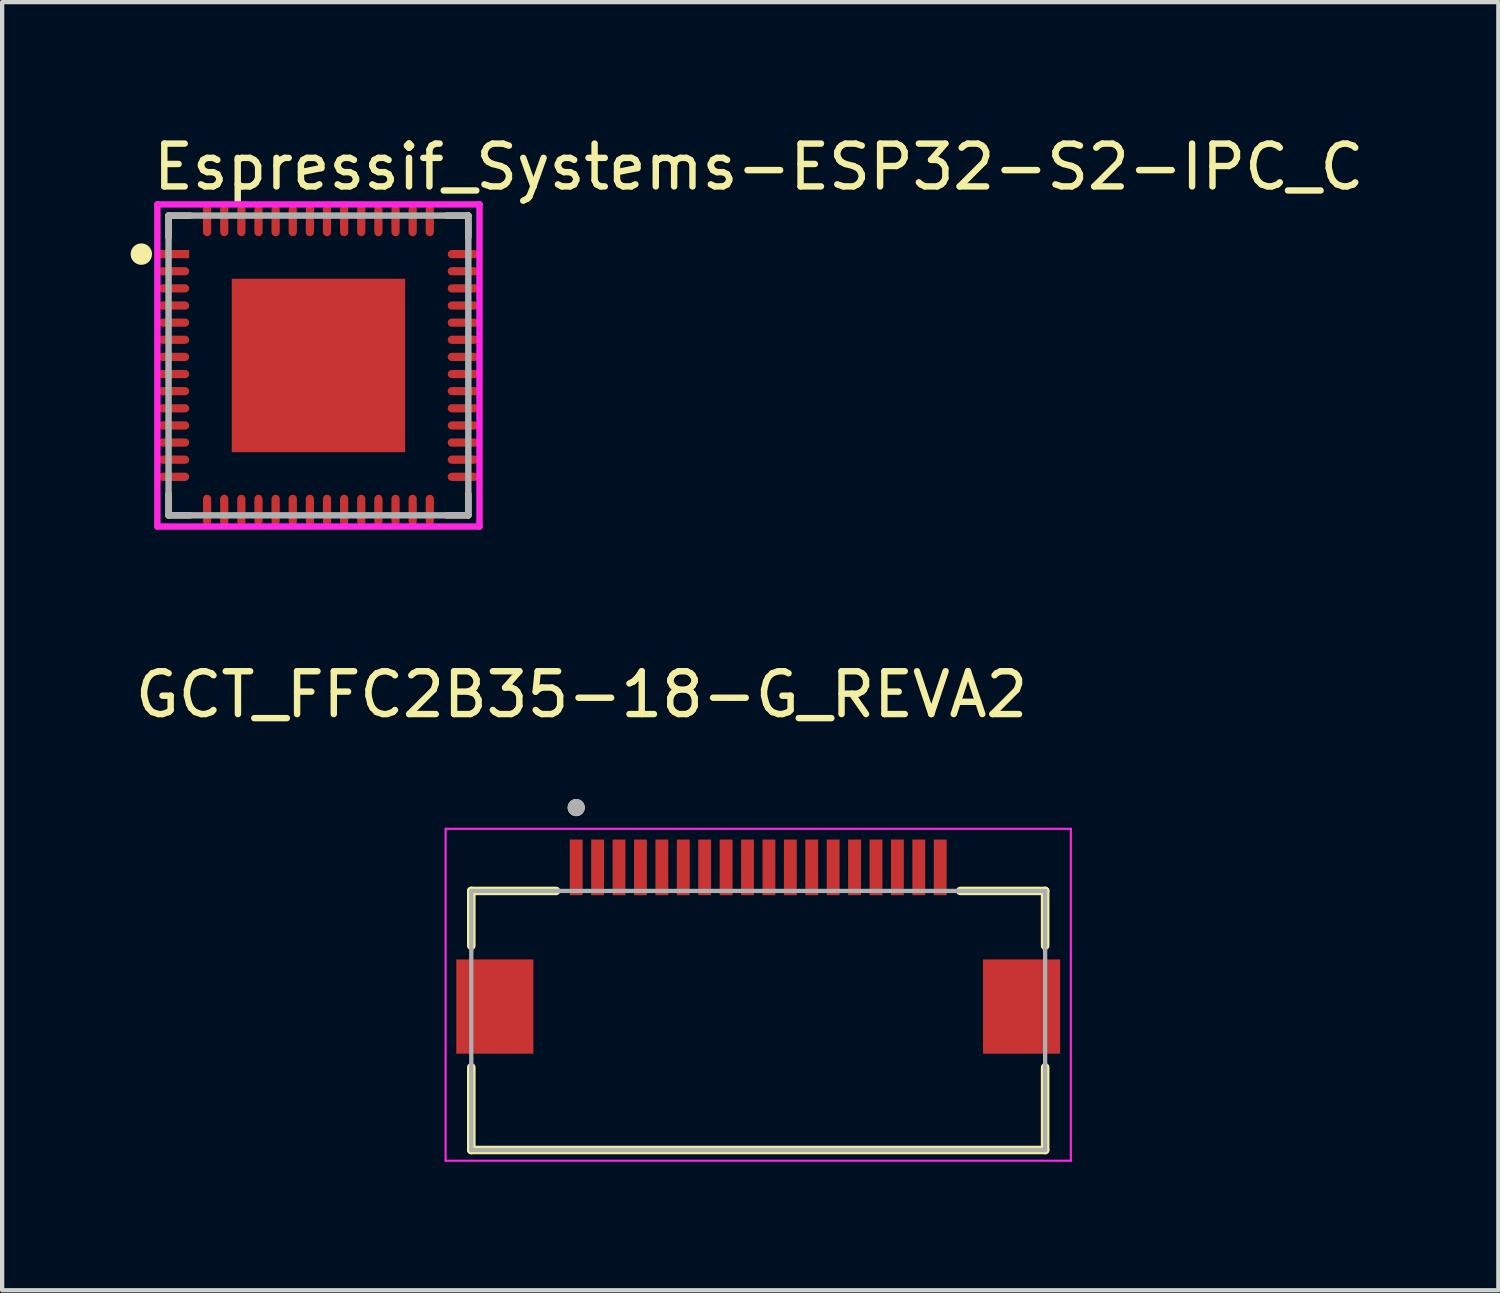
<source format=kicad_pcb>
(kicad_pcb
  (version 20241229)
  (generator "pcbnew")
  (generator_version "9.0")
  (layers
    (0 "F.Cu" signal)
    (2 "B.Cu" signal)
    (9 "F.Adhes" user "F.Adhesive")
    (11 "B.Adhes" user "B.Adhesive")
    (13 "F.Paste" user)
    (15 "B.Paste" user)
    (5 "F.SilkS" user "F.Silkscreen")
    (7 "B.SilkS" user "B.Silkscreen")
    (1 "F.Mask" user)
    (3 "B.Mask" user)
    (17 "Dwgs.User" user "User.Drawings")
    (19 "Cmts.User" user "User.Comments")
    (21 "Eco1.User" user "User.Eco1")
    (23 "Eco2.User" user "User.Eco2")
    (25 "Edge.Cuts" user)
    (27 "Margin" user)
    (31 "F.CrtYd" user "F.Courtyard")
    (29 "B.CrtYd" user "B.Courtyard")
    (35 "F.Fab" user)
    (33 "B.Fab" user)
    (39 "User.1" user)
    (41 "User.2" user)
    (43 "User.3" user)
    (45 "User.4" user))
  (footprint "Espressif_Systems-ESP32-S2-IPC_C"
    (layer "F.Cu")
    (at 4.386 5.484)
    (property "Reference" "Espressif_Systems-ESP32-S2-IPC_C" (at -3.936 -4.636 0) (layer "F.SilkS") (effects (font (size 1 1) (thickness 0.15)) (justify left)))
    (attr through_hole)
    (fp_line (start -3.5 -3.5) (end -3.5 -3) (stroke (width 0.15) (type solid)) (layer "F.SilkS"))
    (fp_line (start -3.5 3.5) (end -3.5 3) (stroke (width 0.15) (type solid)) (layer "F.SilkS"))
    (fp_line (start -3 -3.5) (end -3.5 -3.5) (stroke (width 0.15) (type solid)) (layer "F.SilkS"))
    (fp_line (start -3 3.5) (end -3.5 3.5) (stroke (width 0.15) (type solid)) (layer "F.SilkS"))
    (fp_line (start 3 -3.5) (end 3.5 -3.5) (stroke (width 0.15) (type solid)) (layer "F.SilkS"))
    (fp_line (start 3 3.5) (end 3.5 3.5) (stroke (width 0.15) (type solid)) (layer "F.SilkS"))
    (fp_line (start 3.5 -3.5) (end 3.5 -3) (stroke (width 0.15) (type solid)) (layer "F.SilkS"))
    (fp_line (start 3.5 3.5) (end 3.5 3) (stroke (width 0.15) (type solid)) (layer "F.SilkS"))
    (fp_circle (center -4.136 -2.6) (end -4.011 -2.6) (stroke (width 0.25) (type solid)) (fill no) (layer "F.SilkS"))
    (fp_poly (pts (xy -1.281 -1.281) (xy 1.281 -1.281) (xy 1.281 1.281) (xy -1.281 1.281)) (stroke (width 0) (type solid)) (fill yes) (layer "F.Paste"))
    (fp_line (start -3.761 -3.761) (end -3.761 3.761) (stroke (width 0.15) (type solid)) (layer "F.CrtYd"))
    (fp_line (start -3.761 3.761) (end 3.761 3.761) (stroke (width 0.15) (type solid)) (layer "F.CrtYd"))
    (fp_line (start 3.761 -3.761) (end -3.761 -3.761) (stroke (width 0.15) (type solid)) (layer "F.CrtYd"))
    (fp_line (start 3.761 -3.761) (end 3.761 -3.761) (stroke (width 0.15) (type solid)) (layer "F.CrtYd"))
    (fp_line (start 3.761 3.761) (end 3.761 -3.761) (stroke (width 0.15) (type solid)) (layer "F.CrtYd"))
    (fp_line (start -3.5 -3.5) (end 3.5 -3.5) (stroke (width 0.15) (type solid)) (layer "F.Fab"))
    (fp_line (start -3.5 3.5) (end -3.5 -3.5) (stroke (width 0.15) (type solid)) (layer "F.Fab"))
    (fp_line (start 3.5 -3.5) (end 3.5 3.5) (stroke (width 0.15) (type solid)) (layer "F.Fab"))
    (fp_line (start 3.5 3.5) (end -3.5 3.5) (stroke (width 0.15) (type solid)) (layer "F.Fab"))
    (pad "1" smd rect (at -3.377 -2.6) (size 0.718 0.192) (layers "F.Cu" "F.Mask" "F.Paste"))
    (pad "2" smd roundrect (at -3.377 -2.2) (size 0.718 0.192) (layers "F.Cu" "F.Mask" "F.Paste") (roundrect_rratio 0.5))
    (pad "3" smd roundrect (at -3.377 -1.8) (size 0.718 0.192) (layers "F.Cu" "F.Mask" "F.Paste") (roundrect_rratio 0.5))
    (pad "4" smd roundrect (at -3.377 -1.4) (size 0.718 0.192) (layers "F.Cu" "F.Mask" "F.Paste") (roundrect_rratio 0.5))
    (pad "5" smd roundrect (at -3.377 -1) (size 0.718 0.192) (layers "F.Cu" "F.Mask" "F.Paste") (roundrect_rratio 0.5))
    (pad "6" smd roundrect (at -3.377 -0.6) (size 0.718 0.192) (layers "F.Cu" "F.Mask" "F.Paste") (roundrect_rratio 0.5))
    (pad "7" smd roundrect (at -3.377 -0.2) (size 0.718 0.192) (layers "F.Cu" "F.Mask" "F.Paste") (roundrect_rratio 0.5))
    (pad "8" smd roundrect (at -3.377 0.2) (size 0.718 0.192) (layers "F.Cu" "F.Mask" "F.Paste") (roundrect_rratio 0.5))
    (pad "9" smd roundrect (at -3.377 0.6) (size 0.718 0.192) (layers "F.Cu" "F.Mask" "F.Paste") (roundrect_rratio 0.5))
    (pad "10" smd roundrect (at -3.377 1) (size 0.718 0.192) (layers "F.Cu" "F.Mask" "F.Paste") (roundrect_rratio 0.5))
    (pad "11" smd roundrect (at -3.377 1.4) (size 0.718 0.192) (layers "F.Cu" "F.Mask" "F.Paste") (roundrect_rratio 0.5))
    (pad "12" smd roundrect (at -3.377 1.8) (size 0.718 0.192) (layers "F.Cu" "F.Mask" "F.Paste") (roundrect_rratio 0.5))
    (pad "13" smd roundrect (at -3.377 2.2) (size 0.718 0.192) (layers "F.Cu" "F.Mask" "F.Paste") (roundrect_rratio 0.5))
    (pad "14" smd roundrect (at -3.377 2.6) (size 0.718 0.192) (layers "F.Cu" "F.Mask" "F.Paste") (roundrect_rratio 0.5))
    (pad "15" smd roundrect (at -2.6 3.377) (size 0.192 0.718) (layers "F.Cu" "F.Mask" "F.Paste") (roundrect_rratio 0.5))
    (pad "16" smd roundrect (at -2.2 3.377) (size 0.192 0.718) (layers "F.Cu" "F.Mask" "F.Paste") (roundrect_rratio 0.5))
    (pad "17" smd roundrect (at -1.8 3.377) (size 0.192 0.718) (layers "F.Cu" "F.Mask" "F.Paste") (roundrect_rratio 0.5))
    (pad "18" smd roundrect (at -1.4 3.377) (size 0.192 0.718) (layers "F.Cu" "F.Mask" "F.Paste") (roundrect_rratio 0.5))
    (pad "19" smd roundrect (at -1 3.377) (size 0.192 0.718) (layers "F.Cu" "F.Mask" "F.Paste") (roundrect_rratio 0.5))
    (pad "20" smd roundrect (at -0.6 3.377) (size 0.192 0.718) (layers "F.Cu" "F.Mask" "F.Paste") (roundrect_rratio 0.5))
    (pad "21" smd roundrect (at -0.2 3.377) (size 0.192 0.718) (layers "F.Cu" "F.Mask" "F.Paste") (roundrect_rratio 0.5))
    (pad "22" smd roundrect (at 0.2 3.377) (size 0.192 0.718) (layers "F.Cu" "F.Mask" "F.Paste") (roundrect_rratio 0.5))
    (pad "23" smd roundrect (at 0.6 3.377) (size 0.192 0.718) (layers "F.Cu" "F.Mask" "F.Paste") (roundrect_rratio 0.5))
    (pad "24" smd roundrect (at 1 3.377) (size 0.192 0.718) (layers "F.Cu" "F.Mask" "F.Paste") (roundrect_rratio 0.5))
    (pad "25" smd roundrect (at 1.4 3.377) (size 0.192 0.718) (layers "F.Cu" "F.Mask" "F.Paste") (roundrect_rratio 0.5))
    (pad "26" smd roundrect (at 1.8 3.377) (size 0.192 0.718) (layers "F.Cu" "F.Mask" "F.Paste") (roundrect_rratio 0.5))
    (pad "27" smd roundrect (at 2.2 3.377) (size 0.192 0.718) (layers "F.Cu" "F.Mask" "F.Paste") (roundrect_rratio 0.5))
    (pad "28" smd roundrect (at 2.6 3.377) (size 0.192 0.718) (layers "F.Cu" "F.Mask" "F.Paste") (roundrect_rratio 0.5))
    (pad "29" smd roundrect (at 3.377 2.6) (size 0.718 0.192) (layers "F.Cu" "F.Mask" "F.Paste") (roundrect_rratio 0.5))
    (pad "30" smd roundrect (at 3.377 2.2) (size 0.718 0.192) (layers "F.Cu" "F.Mask" "F.Paste") (roundrect_rratio 0.5))
    (pad "31" smd roundrect (at 3.377 1.8) (size 0.718 0.192) (layers "F.Cu" "F.Mask" "F.Paste") (roundrect_rratio 0.5))
    (pad "32" smd roundrect (at 3.377 1.4) (size 0.718 0.192) (layers "F.Cu" "F.Mask" "F.Paste") (roundrect_rratio 0.5))
    (pad "33" smd roundrect (at 3.377 1) (size 0.718 0.192) (layers "F.Cu" "F.Mask" "F.Paste") (roundrect_rratio 0.5))
    (pad "34" smd roundrect (at 3.377 0.6) (size 0.718 0.192) (layers "F.Cu" "F.Mask" "F.Paste") (roundrect_rratio 0.5))
    (pad "35" smd roundrect (at 3.377 0.2) (size 0.718 0.192) (layers "F.Cu" "F.Mask" "F.Paste") (roundrect_rratio 0.5))
    (pad "36" smd roundrect (at 3.377 -0.2) (size 0.718 0.192) (layers "F.Cu" "F.Mask" "F.Paste") (roundrect_rratio 0.5))
    (pad "37" smd roundrect (at 3.377 -0.6) (size 0.718 0.192) (layers "F.Cu" "F.Mask" "F.Paste") (roundrect_rratio 0.5))
    (pad "38" smd roundrect (at 3.377 -1) (size 0.718 0.192) (layers "F.Cu" "F.Mask" "F.Paste") (roundrect_rratio 0.5))
    (pad "39" smd roundrect (at 3.377 -1.4) (size 0.718 0.192) (layers "F.Cu" "F.Mask" "F.Paste") (roundrect_rratio 0.5))
    (pad "40" smd roundrect (at 3.377 -1.8) (size 0.718 0.192) (layers "F.Cu" "F.Mask" "F.Paste") (roundrect_rratio 0.5))
    (pad "41" smd roundrect (at 3.377 -2.2) (size 0.718 0.192) (layers "F.Cu" "F.Mask" "F.Paste") (roundrect_rratio 0.5))
    (pad "42" smd roundrect (at 3.377 -2.6) (size 0.718 0.192) (layers "F.Cu" "F.Mask" "F.Paste") (roundrect_rratio 0.5))
    (pad "43" smd roundrect (at 2.6 -3.377) (size 0.192 0.718) (layers "F.Cu" "F.Mask" "F.Paste") (roundrect_rratio 0.5))
    (pad "44" smd roundrect (at 2.2 -3.377) (size 0.192 0.718) (layers "F.Cu" "F.Mask" "F.Paste") (roundrect_rratio 0.5))
    (pad "45" smd roundrect (at 1.8 -3.377) (size 0.192 0.718) (layers "F.Cu" "F.Mask" "F.Paste") (roundrect_rratio 0.5))
    (pad "46" smd roundrect (at 1.4 -3.377) (size 0.192 0.718) (layers "F.Cu" "F.Mask" "F.Paste") (roundrect_rratio 0.5))
    (pad "47" smd roundrect (at 1 -3.377) (size 0.192 0.718) (layers "F.Cu" "F.Mask" "F.Paste") (roundrect_rratio 0.5))
    (pad "48" smd roundrect (at 0.6 -3.377) (size 0.192 0.718) (layers "F.Cu" "F.Mask" "F.Paste") (roundrect_rratio 0.5))
    (pad "49" smd roundrect (at 0.2 -3.377) (size 0.192 0.718) (layers "F.Cu" "F.Mask" "F.Paste") (roundrect_rratio 0.5))
    (pad "50" smd roundrect (at -0.2 -3.377) (size 0.192 0.718) (layers "F.Cu" "F.Mask" "F.Paste") (roundrect_rratio 0.5))
    (pad "51" smd roundrect (at -0.6 -3.377) (size 0.192 0.718) (layers "F.Cu" "F.Mask" "F.Paste") (roundrect_rratio 0.5))
    (pad "52" smd roundrect (at -1 -3.377) (size 0.192 0.718) (layers "F.Cu" "F.Mask" "F.Paste") (roundrect_rratio 0.5))
    (pad "53" smd roundrect (at -1.4 -3.377) (size 0.192 0.718) (layers "F.Cu" "F.Mask" "F.Paste") (roundrect_rratio 0.5))
    (pad "54" smd roundrect (at -1.8 -3.377) (size 0.192 0.718) (layers "F.Cu" "F.Mask" "F.Paste") (roundrect_rratio 0.5))
    (pad "55" smd roundrect (at -2.2 -3.377) (size 0.192 0.718) (layers "F.Cu" "F.Mask" "F.Paste") (roundrect_rratio 0.5))
    (pad "56" smd roundrect (at -2.6 -3.377) (size 0.192 0.718) (layers "F.Cu" "F.Mask" "F.Paste") (roundrect_rratio 0.5))
    (pad "57" smd rect (at 0 0) (size 4.05 4.05) (layers "F.Cu" "F.Mask")))
  (footprint "GCT_FFC2B35-18-G_REVA2"
    (layer "F.Cu")
    (at 14.655 20.454)
    (property "Reference" "GCT_FFC2B35-18-G_REVA2" (at -4.125 -7.285 0) (layer "F.SilkS") (effects (font (size 1 1) (thickness 0.15))))
    (attr through_hole)
    (fp_line (start -6.7 -2.7) (end -4.72 -2.7) (stroke (width 0.2) (type solid)) (layer "F.SilkS"))
    (fp_line (start -6.7 -1.42) (end -6.7 -2.7) (stroke (width 0.2) (type solid)) (layer "F.SilkS"))
    (fp_line (start -6.7 3.35) (end -6.7 1.42) (stroke (width 0.2) (type solid)) (layer "F.SilkS"))
    (fp_line (start 4.72 -2.7) (end 6.7 -2.7) (stroke (width 0.2) (type solid)) (layer "F.SilkS"))
    (fp_line (start 6.7 -2.7) (end 6.7 -1.42) (stroke (width 0.2) (type solid)) (layer "F.SilkS"))
    (fp_line (start 6.7 3.35) (end -6.7 3.35) (stroke (width 0.2) (type solid)) (layer "F.SilkS"))
    (fp_line (start 6.7 3.35) (end 6.7 1.42) (stroke (width 0.2) (type solid)) (layer "F.SilkS"))
    (fp_circle (center -4.25 -4.646) (end -4.15 -4.646) (stroke (width 0.2) (type solid)) (fill no) (layer "F.SilkS"))
    (fp_line (start -7.3 -4.15) (end -7.3 3.6) (stroke (width 0.05) (type solid)) (layer "F.CrtYd"))
    (fp_line (start -7.3 3.6) (end 7.3 3.6) (stroke (width 0.05) (type solid)) (layer "F.CrtYd"))
    (fp_line (start 7.3 -4.15) (end -7.3 -4.15) (stroke (width 0.05) (type solid)) (layer "F.CrtYd"))
    (fp_line (start 7.3 3.6) (end 7.3 -4.15) (stroke (width 0.05) (type solid)) (layer "F.CrtYd"))
    (fp_line (start -6.7 -2.7) (end 6.7 -2.7) (stroke (width 0.1) (type solid)) (layer "F.Fab"))
    (fp_line (start -6.7 3.35) (end -6.7 -2.7) (stroke (width 0.1) (type solid)) (layer "F.Fab"))
    (fp_line (start 6.7 -2.7) (end 6.7 3.35) (stroke (width 0.1) (type solid)) (layer "F.Fab"))
    (fp_line (start 6.7 3.35) (end -6.7 3.35) (stroke (width 0.1) (type solid)) (layer "F.Fab"))
    (fp_circle (center -4.25 -4.646) (end -4.15 -4.646) (stroke (width 0.2) (type solid)) (fill no) (layer "F.Fab"))
    (pad "1" smd rect (at -4.25 -3.25) (size 0.3 1.3) (layers "F.Cu" "F.Mask" "F.Paste"))
    (pad "2" smd rect (at -3.75 -3.25) (size 0.3 1.3) (layers "F.Cu" "F.Mask" "F.Paste"))
    (pad "3" smd rect (at -3.25 -3.25) (size 0.3 1.3) (layers "F.Cu" "F.Mask" "F.Paste"))
    (pad "4" smd rect (at -2.75 -3.25) (size 0.3 1.3) (layers "F.Cu" "F.Mask" "F.Paste"))
    (pad "5" smd rect (at -2.25 -3.25) (size 0.3 1.3) (layers "F.Cu" "F.Mask" "F.Paste"))
    (pad "6" smd rect (at -1.75 -3.25) (size 0.3 1.3) (layers "F.Cu" "F.Mask" "F.Paste"))
    (pad "7" smd rect (at -1.25 -3.25) (size 0.3 1.3) (layers "F.Cu" "F.Mask" "F.Paste"))
    (pad "8" smd rect (at -0.75 -3.25) (size 0.3 1.3) (layers "F.Cu" "F.Mask" "F.Paste"))
    (pad "9" smd rect (at -0.25 -3.25) (size 0.3 1.3) (layers "F.Cu" "F.Mask" "F.Paste"))
    (pad "10" smd rect (at 0.25 -3.25) (size 0.3 1.3) (layers "F.Cu" "F.Mask" "F.Paste"))
    (pad "11" smd rect (at 0.75 -3.25) (size 0.3 1.3) (layers "F.Cu" "F.Mask" "F.Paste"))
    (pad "12" smd rect (at 1.25 -3.25) (size 0.3 1.3) (layers "F.Cu" "F.Mask" "F.Paste"))
    (pad "13" smd rect (at 1.75 -3.25) (size 0.3 1.3) (layers "F.Cu" "F.Mask" "F.Paste"))
    (pad "14" smd rect (at 2.25 -3.25) (size 0.3 1.3) (layers "F.Cu" "F.Mask" "F.Paste"))
    (pad "15" smd rect (at 2.75 -3.25) (size 0.3 1.3) (layers "F.Cu" "F.Mask" "F.Paste"))
    (pad "16" smd rect (at 3.25 -3.25) (size 0.3 1.3) (layers "F.Cu" "F.Mask" "F.Paste"))
    (pad "17" smd rect (at 3.75 -3.25) (size 0.3 1.3) (layers "F.Cu" "F.Mask" "F.Paste"))
    (pad "18" smd rect (at 4.25 -3.25) (size 0.3 1.3) (layers "F.Cu" "F.Mask" "F.Paste"))
    (pad "S1" smd rect (at -6.15 0) (size 1.8 2.2) (layers "F.Cu" "F.Mask" "F.Paste"))
    (pad "S2" smd rect (at 6.15 0) (size 1.8 2.2) (layers "F.Cu" "F.Mask" "F.Paste")))
  (gr_rect
    (start -3 -3)
    (end 31.938 27.079)
    (stroke (width 0.1) (type default))
    (fill no)
    (layer "Edge.Cuts")))
</source>
